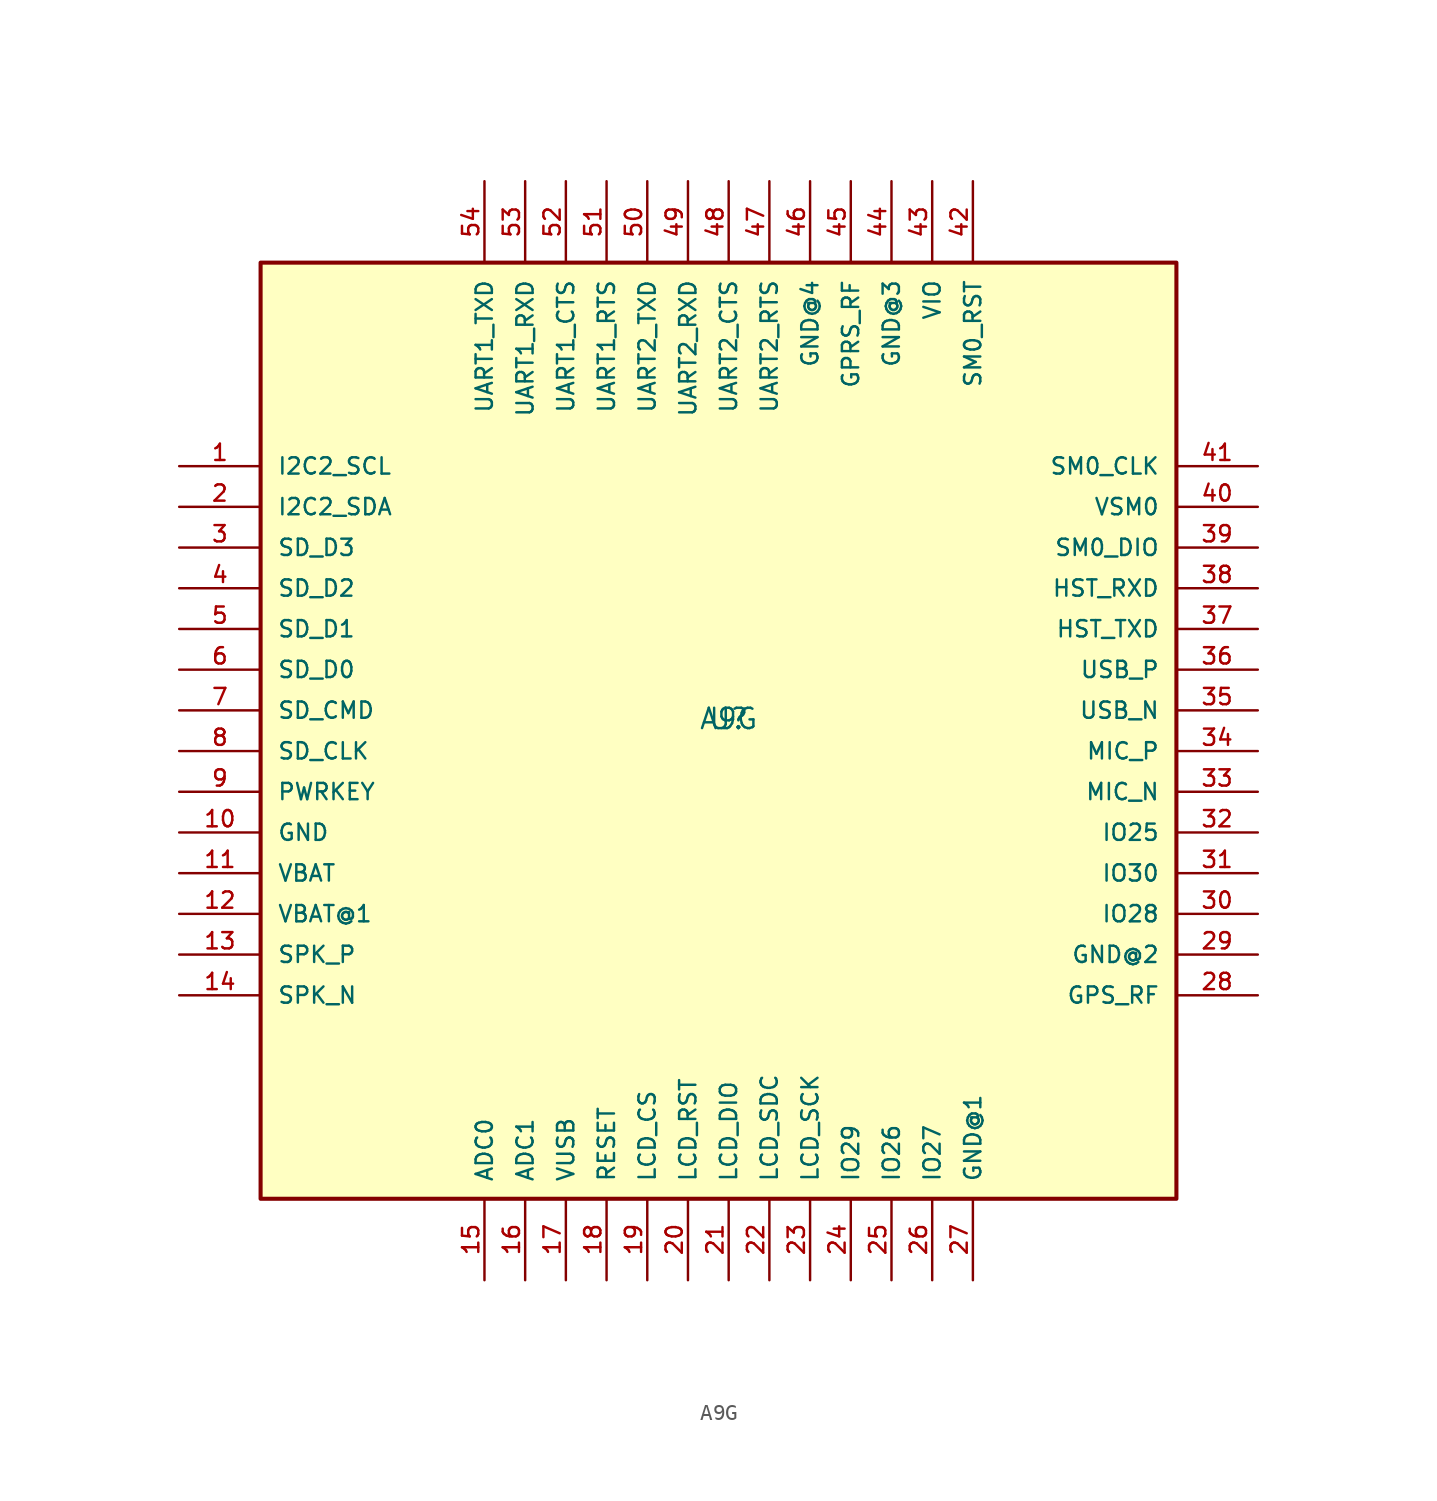
<source format=kicad_sym>
(kicad_symbol_lib
  (version 20211014)
  (generator kicad_symbol_editor)
  (symbol "A9G"
    (pin_names
      (offset 1.016))
    (property "Reference" "U"
      (at 0 0 0)
      (effects (font (size 1.27 1.27)) (justify bottom)))
    (property "Value" "A9G"
      (at 0 0.0 0)
      (effects (font (size 1.27 1.27)) (justify bottom)))
    (symbol "A9G_0_0"
      (rectangle (start -29.21 -29.21) (end 27.94 29.21) (stroke (width 0.254)) (fill (type background)))
      (pin bidirectional line (at -15.24 -34.29 90.0) (length 5.08) (name "ADC0" (effects (font (size 1.016 1.016)))) (number "15" (effects (font (size 1.016 1.016)))))
      (pin bidirectional line (at -12.7 -34.29 90.0) (length 5.08) (name "ADC1" (effects (font (size 1.016 1.016)))) (number "16" (effects (font (size 1.016 1.016)))))
      (pin bidirectional line (at -34.29 -6.35 0) (length 5.08) (name "GND" (effects (font (size 1.016 1.016)))) (number "10" (effects (font (size 1.016 1.016)))))
      (pin bidirectional line (at 15.24 -34.29 90.0) (length 5.08) (name "GND@1" (effects (font (size 1.016 1.016)))) (number "27" (effects (font (size 1.016 1.016)))))
      (pin bidirectional line (at 33.02 -13.97 180.0) (length 5.08) (name "GND@2" (effects (font (size 1.016 1.016)))) (number "29" (effects (font (size 1.016 1.016)))))
      (pin bidirectional line (at 10.16 34.29 270.0) (length 5.08) (name "GND@3" (effects (font (size 1.016 1.016)))) (number "44" (effects (font (size 1.016 1.016)))))
      (pin bidirectional line (at 5.08 34.29 270.0) (length 5.08) (name "GND@4" (effects (font (size 1.016 1.016)))) (number "46" (effects (font (size 1.016 1.016)))))
      (pin bidirectional line (at 7.62 34.29 270.0) (length 5.08) (name "GPRS_RF" (effects (font (size 1.016 1.016)))) (number "45" (effects (font (size 1.016 1.016)))))
      (pin bidirectional line (at 33.02 -16.51 180.0) (length 5.08) (name "GPS_RF" (effects (font (size 1.016 1.016)))) (number "28" (effects (font (size 1.016 1.016)))))
      (pin bidirectional line (at 33.02 8.89 180.0) (length 5.08) (name "HST_RXD" (effects (font (size 1.016 1.016)))) (number "38" (effects (font (size 1.016 1.016)))))
      (pin bidirectional line (at 33.02 6.35 180.0) (length 5.08) (name "HST_TXD" (effects (font (size 1.016 1.016)))) (number "37" (effects (font (size 1.016 1.016)))))
      (pin bidirectional line (at -34.29 16.51 0) (length 5.08) (name "I2C2_SCL" (effects (font (size 1.016 1.016)))) (number "1" (effects (font (size 1.016 1.016)))))
      (pin bidirectional line (at -34.29 13.97 0) (length 5.08) (name "I2C2_SDA" (effects (font (size 1.016 1.016)))) (number "2" (effects (font (size 1.016 1.016)))))
      (pin bidirectional line (at 33.02 -6.35 180.0) (length 5.08) (name "IO25" (effects (font (size 1.016 1.016)))) (number "32" (effects (font (size 1.016 1.016)))))
      (pin bidirectional line (at 10.16 -34.29 90.0) (length 5.08) (name "IO26" (effects (font (size 1.016 1.016)))) (number "25" (effects (font (size 1.016 1.016)))))
      (pin bidirectional line (at 12.7 -34.29 90.0) (length 5.08) (name "IO27" (effects (font (size 1.016 1.016)))) (number "26" (effects (font (size 1.016 1.016)))))
      (pin bidirectional line (at 33.02 -11.43 180.0) (length 5.08) (name "IO28" (effects (font (size 1.016 1.016)))) (number "30" (effects (font (size 1.016 1.016)))))
      (pin bidirectional line (at 7.62 -34.29 90.0) (length 5.08) (name "IO29" (effects (font (size 1.016 1.016)))) (number "24" (effects (font (size 1.016 1.016)))))
      (pin bidirectional line (at 33.02 -8.89 180.0) (length 5.08) (name "IO30" (effects (font (size 1.016 1.016)))) (number "31" (effects (font (size 1.016 1.016)))))
      (pin bidirectional line (at -5.08 -34.29 90.0) (length 5.08) (name "LCD_CS" (effects (font (size 1.016 1.016)))) (number "19" (effects (font (size 1.016 1.016)))))
      (pin bidirectional line (at 0.0 -34.29 90.0) (length 5.08) (name "LCD_DIO" (effects (font (size 1.016 1.016)))) (number "21" (effects (font (size 1.016 1.016)))))
      (pin bidirectional line (at -2.54 -34.29 90.0) (length 5.08) (name "LCD_RST" (effects (font (size 1.016 1.016)))) (number "20" (effects (font (size 1.016 1.016)))))
      (pin bidirectional line (at 5.08 -34.29 90.0) (length 5.08) (name "LCD_SCK" (effects (font (size 1.016 1.016)))) (number "23" (effects (font (size 1.016 1.016)))))
      (pin bidirectional line (at 2.54 -34.29 90.0) (length 5.08) (name "LCD_SDC" (effects (font (size 1.016 1.016)))) (number "22" (effects (font (size 1.016 1.016)))))
      (pin bidirectional line (at 33.02 -3.81 180.0) (length 5.08) (name "MIC_N" (effects (font (size 1.016 1.016)))) (number "33" (effects (font (size 1.016 1.016)))))
      (pin bidirectional line (at 33.02 -1.27 180.0) (length 5.08) (name "MIC_P" (effects (font (size 1.016 1.016)))) (number "34" (effects (font (size 1.016 1.016)))))
      (pin bidirectional line (at -34.29 -3.81 0) (length 5.08) (name "PWRKEY" (effects (font (size 1.016 1.016)))) (number "9" (effects (font (size 1.016 1.016)))))
      (pin bidirectional line (at -7.62 -34.29 90.0) (length 5.08) (name "RESET" (effects (font (size 1.016 1.016)))) (number "18" (effects (font (size 1.016 1.016)))))
      (pin bidirectional line (at -34.29 -1.27 0) (length 5.08) (name "SD_CLK" (effects (font (size 1.016 1.016)))) (number "8" (effects (font (size 1.016 1.016)))))
      (pin bidirectional line (at -34.29 1.27 0) (length 5.08) (name "SD_CMD" (effects (font (size 1.016 1.016)))) (number "7" (effects (font (size 1.016 1.016)))))
      (pin bidirectional line (at -34.29 3.81 0) (length 5.08) (name "SD_D0" (effects (font (size 1.016 1.016)))) (number "6" (effects (font (size 1.016 1.016)))))
      (pin bidirectional line (at -34.29 6.35 0) (length 5.08) (name "SD_D1" (effects (font (size 1.016 1.016)))) (number "5" (effects (font (size 1.016 1.016)))))
      (pin bidirectional line (at -34.29 8.89 0) (length 5.08) (name "SD_D2" (effects (font (size 1.016 1.016)))) (number "4" (effects (font (size 1.016 1.016)))))
      (pin bidirectional line (at -34.29 11.43 0) (length 5.08) (name "SD_D3" (effects (font (size 1.016 1.016)))) (number "3" (effects (font (size 1.016 1.016)))))
      (pin bidirectional line (at 33.02 16.51 180.0) (length 5.08) (name "SM0_CLK" (effects (font (size 1.016 1.016)))) (number "41" (effects (font (size 1.016 1.016)))))
      (pin bidirectional line (at 33.02 11.43 180.0) (length 5.08) (name "SM0_DIO" (effects (font (size 1.016 1.016)))) (number "39" (effects (font (size 1.016 1.016)))))
      (pin bidirectional line (at 15.24 34.29 270.0) (length 5.08) (name "SM0_RST" (effects (font (size 1.016 1.016)))) (number "42" (effects (font (size 1.016 1.016)))))
      (pin bidirectional line (at -34.29 -16.51 0) (length 5.08) (name "SPK_N" (effects (font (size 1.016 1.016)))) (number "14" (effects (font (size 1.016 1.016)))))
      (pin bidirectional line (at -34.29 -13.97 0) (length 5.08) (name "SPK_P" (effects (font (size 1.016 1.016)))) (number "13" (effects (font (size 1.016 1.016)))))
      (pin bidirectional line (at -10.16 34.29 270.0) (length 5.08) (name "UART1_CTS" (effects (font (size 1.016 1.016)))) (number "52" (effects (font (size 1.016 1.016)))))
      (pin bidirectional line (at -7.62 34.29 270.0) (length 5.08) (name "UART1_RTS" (effects (font (size 1.016 1.016)))) (number "51" (effects (font (size 1.016 1.016)))))
      (pin bidirectional line (at -12.7 34.29 270.0) (length 5.08) (name "UART1_RXD" (effects (font (size 1.016 1.016)))) (number "53" (effects (font (size 1.016 1.016)))))
      (pin bidirectional line (at -15.24 34.29 270.0) (length 5.08) (name "UART1_TXD" (effects (font (size 1.016 1.016)))) (number "54" (effects (font (size 1.016 1.016)))))
      (pin bidirectional line (at 0.0 34.29 270.0) (length 5.08) (name "UART2_CTS" (effects (font (size 1.016 1.016)))) (number "48" (effects (font (size 1.016 1.016)))))
      (pin bidirectional line (at 2.54 34.29 270.0) (length 5.08) (name "UART2_RTS" (effects (font (size 1.016 1.016)))) (number "47" (effects (font (size 1.016 1.016)))))
      (pin bidirectional line (at -2.54 34.29 270.0) (length 5.08) (name "UART2_RXD" (effects (font (size 1.016 1.016)))) (number "49" (effects (font (size 1.016 1.016)))))
      (pin bidirectional line (at -5.08 34.29 270.0) (length 5.08) (name "UART2_TXD" (effects (font (size 1.016 1.016)))) (number "50" (effects (font (size 1.016 1.016)))))
      (pin bidirectional line (at 33.02 1.27 180.0) (length 5.08) (name "USB_N" (effects (font (size 1.016 1.016)))) (number "35" (effects (font (size 1.016 1.016)))))
      (pin bidirectional line (at 33.02 3.81 180.0) (length 5.08) (name "USB_P" (effects (font (size 1.016 1.016)))) (number "36" (effects (font (size 1.016 1.016)))))
      (pin bidirectional line (at -34.29 -8.89 0) (length 5.08) (name "VBAT" (effects (font (size 1.016 1.016)))) (number "11" (effects (font (size 1.016 1.016)))))
      (pin bidirectional line (at -34.29 -11.43 0) (length 5.08) (name "VBAT@1" (effects (font (size 1.016 1.016)))) (number "12" (effects (font (size 1.016 1.016)))))
      (pin bidirectional line (at 12.7 34.29 270.0) (length 5.08) (name "VIO" (effects (font (size 1.016 1.016)))) (number "43" (effects (font (size 1.016 1.016)))))
      (pin bidirectional line (at 33.02 13.97 180.0) (length 5.08) (name "VSM0" (effects (font (size 1.016 1.016)))) (number "40" (effects (font (size 1.016 1.016)))))
      (pin bidirectional line (at -10.16 -34.29 90.0) (length 5.08) (name "VUSB" (effects (font (size 1.016 1.016)))) (number "17" (effects (font (size 1.016 1.016))))))))
</source>
